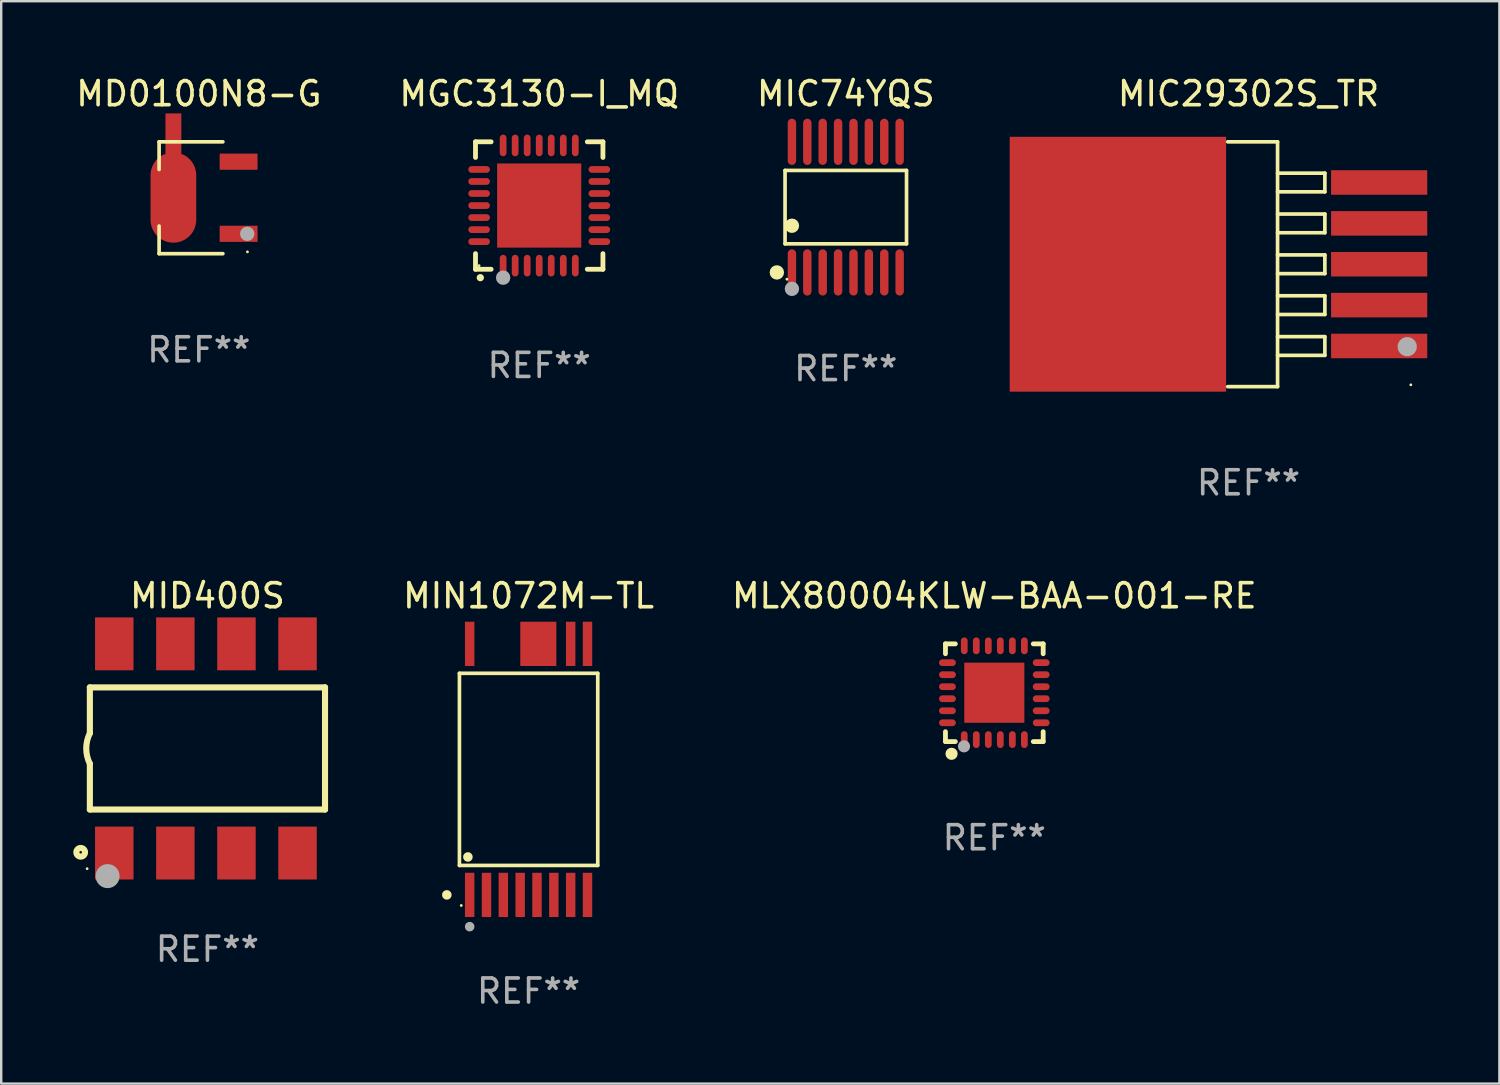
<source format=kicad_pcb>
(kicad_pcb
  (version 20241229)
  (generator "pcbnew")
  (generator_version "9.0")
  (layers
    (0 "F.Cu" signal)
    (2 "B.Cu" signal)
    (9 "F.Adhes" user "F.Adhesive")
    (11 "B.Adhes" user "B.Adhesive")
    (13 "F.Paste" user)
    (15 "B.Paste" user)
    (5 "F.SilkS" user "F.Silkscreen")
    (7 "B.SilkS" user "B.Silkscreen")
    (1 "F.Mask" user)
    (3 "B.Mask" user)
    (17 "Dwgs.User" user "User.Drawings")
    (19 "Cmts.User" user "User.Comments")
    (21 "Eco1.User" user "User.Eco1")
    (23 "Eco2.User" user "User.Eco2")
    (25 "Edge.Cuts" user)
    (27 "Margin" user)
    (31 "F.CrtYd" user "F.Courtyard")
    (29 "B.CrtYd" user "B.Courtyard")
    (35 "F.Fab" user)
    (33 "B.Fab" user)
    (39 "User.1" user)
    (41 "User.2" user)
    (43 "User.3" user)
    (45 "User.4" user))
  (footprint "MGC3130-I_MQ"
    (layer "F.Cu")
    (at 19.375 5.498)
    (property "Reference" "MGC3130-I_MQ" (at 0 -4.65 0) (layer "F.SilkS") (effects (font (size 1 1) (thickness 0.15))))
    (attr through_hole)
    (fp_line (start -2.65 -2.65) (end -2.65 -2) (stroke (width 0.2) (type solid)) (layer "F.SilkS"))
    (fp_line (start -2.65 2.65) (end -2.65 2) (stroke (width 0.2) (type solid)) (layer "F.SilkS"))
    (fp_line (start -2 -2.65) (end -2.65 -2.65) (stroke (width 0.2) (type solid)) (layer "F.SilkS"))
    (fp_line (start -2 2.65) (end -2.65 2.65) (stroke (width 0.2) (type solid)) (layer "F.SilkS"))
    (fp_line (start 2 2.65) (end 2.65 2.65) (stroke (width 0.2) (type solid)) (layer "F.SilkS"))
    (fp_line (start 2.65 -2.65) (end 2 -2.65) (stroke (width 0.2) (type solid)) (layer "F.SilkS"))
    (fp_line (start 2.65 -2) (end 2.65 -2.65) (stroke (width 0.2) (type solid)) (layer "F.SilkS"))
    (fp_line (start 2.65 2.65) (end 2.65 2) (stroke (width 0.2) (type solid)) (layer "F.SilkS"))
    (fp_arc (start -2.451105 2.999746) (mid -2.449835 2.999741) (end -2.448565 2.999746) (stroke (width 0.3) (type solid)) (layer "F.SilkS"))
    (fp_circle (center -2.5 2.5) (end -2.47 2.5) (stroke (width 0.06) (type solid)) (fill no) (layer "F.SilkS"))
    (fp_circle (center -1.5 3) (end -1.35 3) (stroke (width 0.3) (type solid)) (fill no) (layer "F.Fab"))
    (fp_text user "REF**" (at 0 6.65 0) (layer "F.Fab") (effects (font (size 1 1) (thickness 0.15))))
    (pad "1" smd oval (at -1.501 2.5 180) (size 0.28 0.9) (layers "F.Cu" "F.Mask" "F.Paste"))
    (pad "2" smd oval (at -1.001 2.5 180) (size 0.28 0.9) (layers "F.Cu" "F.Mask" "F.Paste"))
    (pad "3" smd oval (at -0.5 2.5 180) (size 0.28 0.9) (layers "F.Cu" "F.Mask" "F.Paste"))
    (pad "4" smd oval (at 0.000076 2.5 180) (size 0.28 0.9) (layers "F.Cu" "F.Mask" "F.Paste"))
    (pad "5" smd oval (at 0.5 2.5 180) (size 0.28 0.9) (layers "F.Cu" "F.Mask" "F.Paste"))
    (pad "6" smd oval (at 1.001 2.5 180) (size 0.28 0.9) (layers "F.Cu" "F.Mask" "F.Paste"))
    (pad "7" smd oval (at 1.501 2.5 180) (size 0.28 0.9) (layers "F.Cu" "F.Mask" "F.Paste"))
    (pad "8" smd oval (at 2.5 1.501 90) (size 0.28 0.9) (layers "F.Cu" "F.Mask" "F.Paste"))
    (pad "9" smd oval (at 2.5 1.001 90) (size 0.28 0.9) (layers "F.Cu" "F.Mask" "F.Paste"))
    (pad "10" smd oval (at 2.5 0.5 90) (size 0.28 0.9) (layers "F.Cu" "F.Mask" "F.Paste"))
    (pad "11" smd oval (at 2.5 0.000076 90) (size 0.28 0.9) (layers "F.Cu" "F.Mask" "F.Paste"))
    (pad "12" smd oval (at 2.5 -0.5 90) (size 0.28 0.9) (layers "F.Cu" "F.Mask" "F.Paste"))
    (pad "13" smd oval (at 2.5 -1.001 90) (size 0.28 0.9) (layers "F.Cu" "F.Mask" "F.Paste"))
    (pad "14" smd oval (at 2.5 -1.501 90) (size 0.28 0.9) (layers "F.Cu" "F.Mask" "F.Paste"))
    (pad "15" smd oval (at 1.501 -2.5 180) (size 0.28 0.9) (layers "F.Cu" "F.Mask" "F.Paste"))
    (pad "16" smd oval (at 1.001 -2.5 180) (size 0.28 0.9) (layers "F.Cu" "F.Mask" "F.Paste"))
    (pad "17" smd oval (at 0.5 -2.5 180) (size 0.28 0.9) (layers "F.Cu" "F.Mask" "F.Paste"))
    (pad "18" smd oval (at 0.000076 -2.5 180) (size 0.28 0.9) (layers "F.Cu" "F.Mask" "F.Paste"))
    (pad "19" smd oval (at -0.5 -2.5 180) (size 0.28 0.9) (layers "F.Cu" "F.Mask" "F.Paste"))
    (pad "20" smd oval (at -1.001 -2.5 180) (size 0.28 0.9) (layers "F.Cu" "F.Mask" "F.Paste"))
    (pad "21" smd oval (at -1.501 -2.5 180) (size 0.28 0.9) (layers "F.Cu" "F.Mask" "F.Paste"))
    (pad "22" smd oval (at -2.5 -1.501 90) (size 0.28 0.9) (layers "F.Cu" "F.Mask" "F.Paste"))
    (pad "23" smd oval (at -2.5 -1.001 90) (size 0.28 0.9) (layers "F.Cu" "F.Mask" "F.Paste"))
    (pad "24" smd oval (at -2.5 -0.5 90) (size 0.28 0.9) (layers "F.Cu" "F.Mask" "F.Paste"))
    (pad "25" smd oval (at -2.5 0.000076 90) (size 0.28 0.9) (layers "F.Cu" "F.Mask" "F.Paste"))
    (pad "26" smd oval (at -2.5 0.5 90) (size 0.28 0.9) (layers "F.Cu" "F.Mask" "F.Paste"))
    (pad "27" smd oval (at -2.5 1.001 90) (size 0.28 0.9) (layers "F.Cu" "F.Mask" "F.Paste"))
    (pad "28" smd oval (at -2.5 1.501 90) (size 0.28 0.9) (layers "F.Cu" "F.Mask" "F.Paste"))
    (pad "29" smd rect (at 0.000076 0.000076 90) (size 3.5 3.5) (layers "F.Cu" "F.Mask" "F.Paste")))
  (footprint "MD0100N8-G"
    (layer "F.Cu")
    (at 5.22 5.174)
    (property "Reference" "MD0100N8-G" (at 0 -4.326 0) (layer "F.SilkS") (effects (font (size 1 1) (thickness 0.15))))
    (attr through_hole)
    (fp_line (start -1.653 -2.326) (end -1.653 -1.177) (stroke (width 0.152) (type solid)) (layer "F.SilkS"))
    (fp_line (start -1.653 2.326) (end -1.653 1.177) (stroke (width 0.152) (type solid)) (layer "F.SilkS"))
    (fp_line (start 0.999 -2.326) (end -1.653 -2.326) (stroke (width 0.152) (type solid)) (layer "F.SilkS"))
    (fp_line (start 0.999 2.326) (end -1.653 2.326) (stroke (width 0.152) (type solid)) (layer "F.SilkS"))
    (fp_circle (center 2.021 2.25) (end 2.051 2.25) (stroke (width 0.06) (type solid)) (fill no) (layer "F.SilkS"))
    (fp_circle (center 2.012 1.5) (end 2.162 1.5) (stroke (width 0.3) (type solid)) (fill no) (layer "F.Fab"))
    (fp_text user "REF**" (at 0 6.326 0) (layer "F.Fab") (effects (font (size 1 1) (thickness 0.15))))
    (pad "1" smd rect (at 1.653 1.5) (size 1.575 0.672) (layers "F.Cu" "F.Mask" "F.Paste"))
    (pad "2" smd custom (at -1.059 -0.009 90) (size 1.9 5.377) (layers "F.Cu" "F.Mask" "F.Paste") (options (anchor circle)) (primitives (gr_poly (pts (xy -0.927 -0.95) (xy 0.927 -0.95) (xy 0.972 -0.949) (xy 1.016 -0.946) (xy 1.06 -0.941) (xy 1.104 -0.933) (xy 1.148 -0.924) (xy 1.191 -0.913) (xy 1.233 -0.899) (xy 1.275 -0.884) (xy 1.316 -0.867) (xy 1.357 -0.848) (xy 1.396 -0.826) (xy 1.434 -0.804) (xy 1.471 -0.779) (xy 1.507 -0.753) (xy 1.542 -0.725) (xy 1.575 -0.695) (xy 1.607 -0.664) (xy 1.637 -0.631) (xy 1.666 -0.597) (xy 1.693 -0.562) (xy 1.719 -0.526) (xy 1.742 -0.488) (xy 1.764 -0.449) (xy 1.785 -0.409) (xy 1.803 -0.33) (xy 3.5 -0.33) (xy 3.5 0.33) (xy 1.803 0.33) (xy 1.785 0.409) (xy 1.764 0.449) (xy 1.742 0.488) (xy 1.719 0.525) (xy 1.693 0.562) (xy 1.666 0.597) (xy 1.637 0.631) (xy 1.607 0.664) (xy 1.575 0.695) (xy 1.542 0.725) (xy 1.507 0.753) (xy 1.471 0.779) (xy 1.434 0.803) (xy 1.396 0.826) (xy 1.357 0.847) (xy 1.316 0.867) (xy 1.275 0.884) (xy 1.233 0.899) (xy 1.191 0.913) (xy 1.148 0.924) (xy 1.104 0.933) (xy 1.06 0.941) (xy 1.016 0.946) (xy 0.972 0.949) (xy 0.927 0.95) (xy -0.927 0.95) (xy -0.972 0.949) (xy -1.016 0.946) (xy -1.06 0.941) (xy -1.104 0.933) (xy -1.148 0.924) (xy -1.191 0.913) (xy -1.233 0.899) (xy -1.275 0.884) (xy -1.316 0.867) (xy -1.356 0.847) (xy -1.396 0.826) (xy -1.434 0.803) (xy -1.471 0.779) (xy -1.507 0.753) (xy -1.541 0.725) (xy -1.575 0.695) (xy -1.607 0.664) (xy -1.637 0.631) (xy -1.666 0.597) (xy -1.693 0.562) (xy -1.718 0.525) (xy -1.742 0.488) (xy -1.764 0.449) (xy -1.784 0.409) (xy -1.803 0.369) (xy -1.819 0.327) (xy -1.833 0.285) (xy -1.846 0.242) (xy -1.856 0.199) (xy -1.864 0.155) (xy -1.87 0.111) (xy -1.875 0.067) (xy -1.877 0.022) (xy -1.877 -0.022) (xy -1.875 -0.067) (xy -1.87 -0.111) (xy -1.864 -0.155) (xy -1.856 -0.199) (xy -1.846 -0.242) (xy -1.833 -0.285) (xy -1.819 -0.327) (xy -1.803 -0.369) (xy -1.784 -0.409) (xy -1.764 -0.449) (xy -1.742 -0.488) (xy -1.718 -0.526) (xy -1.693 -0.562) (xy -1.666 -0.597) (xy -1.637 -0.631) (xy -1.607 -0.664) (xy -1.575 -0.695) (xy -1.541 -0.725) (xy -1.507 -0.753) (xy -1.471 -0.779) (xy -1.434 -0.804) (xy -1.396 -0.826) (xy -1.356 -0.848) (xy -1.316 -0.867) (xy -1.275 -0.884) (xy -1.233 -0.899) (xy -1.191 -0.913) (xy -1.148 -0.924) (xy -1.104 -0.933) (xy -1.06 -0.941) (xy -1.016 -0.946) (xy -0.972 -0.949) (xy -0.927 -0.95)) (width 0) (fill yes))))
    (pad "3" smd rect (at 1.653 -1.5) (size 1.575 0.672) (layers "F.Cu" "F.Mask" "F.Paste")))
  (footprint "MIN1072M-TL"
    (layer "F.Cu")
    (at 18.933 28.947)
    (property "Reference" "MIN1072M-TL" (at 0 -7.22 0) (layer "F.SilkS") (effects (font (size 1 1) (thickness 0.15))))
    (attr through_hole)
    (fp_line (start -2.876 -3.995) (end 2.876 -3.995) (stroke (width 0.152) (type solid)) (layer "F.SilkS"))
    (fp_line (start -2.876 3.995) (end -2.876 -3.995) (stroke (width 0.152) (type solid)) (layer "F.SilkS"))
    (fp_line (start 2.876 -3.995) (end 2.876 3.995) (stroke (width 0.152) (type solid)) (layer "F.SilkS"))
    (fp_line (start 2.876 3.995) (end -2.876 3.995) (stroke (width 0.152) (type solid)) (layer "F.SilkS"))
    (fp_circle (center -3.4 5.22) (end -3.3 5.22) (stroke (width 0.2) (type solid)) (fill no) (layer "F.SilkS"))
    (fp_circle (center -2.8 5.66) (end -2.77 5.66) (stroke (width 0.06) (type solid)) (fill no) (layer "F.SilkS"))
    (fp_circle (center -2.524 3.643) (end -2.424 3.643) (stroke (width 0.2) (type solid)) (fill no) (layer "F.SilkS"))
    (fp_circle (center -2.45 6.541) (end -2.35 6.541) (stroke (width 0.2) (type solid)) (fill no) (layer "F.Fab"))
    (fp_text user "REF**" (at 0 9.22 0) (layer "F.Fab") (effects (font (size 1 1) (thickness 0.15))))
    (pad "1" smd rect (at -2.45 5.22) (size 0.392 1.84) (layers "F.Cu" "F.Mask" "F.Paste"))
    (pad "2" smd rect (at -1.75 5.22) (size 0.392 1.84) (layers "F.Cu" "F.Mask" "F.Paste"))
    (pad "3" smd rect (at -1.05 5.22) (size 0.392 1.84) (layers "F.Cu" "F.Mask" "F.Paste"))
    (pad "4" smd rect (at -0.35 5.22) (size 0.392 1.84) (layers "F.Cu" "F.Mask" "F.Paste"))
    (pad "5" smd rect (at 0.35 5.22) (size 0.392 1.84) (layers "F.Cu" "F.Mask" "F.Paste"))
    (pad "6" smd rect (at 1.05 5.22) (size 0.392 1.84) (layers "F.Cu" "F.Mask" "F.Paste"))
    (pad "7" smd rect (at 1.75 5.22) (size 0.392 1.84) (layers "F.Cu" "F.Mask" "F.Paste"))
    (pad "8" smd rect (at 2.45 5.22) (size 0.392 1.84) (layers "F.Cu" "F.Mask" "F.Paste"))
    (pad "9" smd rect (at 2.45 -5.22) (size 0.392 1.84) (layers "F.Cu" "F.Mask" "F.Paste"))
    (pad "10" smd rect (at 1.75 -5.22) (size 0.392 1.84) (layers "F.Cu" "F.Mask" "F.Paste"))
    (pad "11" smd rect (at 0.404 -5.22) (size 1.5 1.84) (layers "F.Cu" "F.Mask" "F.Paste"))
    (pad "16" smd rect (at -2.45 -5.22) (size 0.392 1.84) (layers "F.Cu" "F.Mask" "F.Paste")))
  (footprint "MIC29302S_TR"
    (layer "F.Cu")
    (at 48.874 7.939)
    (property "Reference" "MIC29302S_TR" (at 0 -7.091 0) (layer "F.SilkS") (effects (font (size 1 1) (thickness 0.15))))
    (attr through_hole)
    (fp_line (start -0.866 -5.091) (end 1.208 -5.091) (stroke (width 0.152) (type solid)) (layer "F.SilkS"))
    (fp_line (start -0.866 5.091) (end 1.208 5.091) (stroke (width 0.152) (type solid)) (layer "F.SilkS"))
    (fp_line (start 1.208 -3.788) (end 3.175 -3.788) (stroke (width 0.152) (type solid)) (layer "F.SilkS"))
    (fp_line (start 1.208 -2.088) (end 3.175 -2.088) (stroke (width 0.152) (type solid)) (layer "F.SilkS"))
    (fp_line (start 1.208 -0.388) (end 3.175 -0.388) (stroke (width 0.152) (type solid)) (layer "F.SilkS"))
    (fp_line (start 1.208 1.312) (end 3.175 1.312) (stroke (width 0.152) (type solid)) (layer "F.SilkS"))
    (fp_line (start 1.208 3.012) (end 3.175 3.012) (stroke (width 0.152) (type solid)) (layer "F.SilkS"))
    (fp_line (start 1.208 5.091) (end 1.208 -5.091) (stroke (width 0.152) (type solid)) (layer "F.SilkS"))
    (fp_line (start 3.175 -3.788) (end 3.175 -3.01) (stroke (width 0.152) (type solid)) (layer "F.SilkS"))
    (fp_line (start 3.175 -3.01) (end 1.208 -3.01) (stroke (width 0.152) (type solid)) (layer "F.SilkS"))
    (fp_line (start 3.175 -2.088) (end 3.175 -1.31) (stroke (width 0.152) (type solid)) (layer "F.SilkS"))
    (fp_line (start 3.175 -1.31) (end 1.208 -1.31) (stroke (width 0.152) (type solid)) (layer "F.SilkS"))
    (fp_line (start 3.175 -0.388) (end 3.175 0.39) (stroke (width 0.152) (type solid)) (layer "F.SilkS"))
    (fp_line (start 3.175 0.39) (end 1.208 0.39) (stroke (width 0.152) (type solid)) (layer "F.SilkS"))
    (fp_line (start 3.175 1.312) (end 3.175 2.09) (stroke (width 0.152) (type solid)) (layer "F.SilkS"))
    (fp_line (start 3.175 2.09) (end 1.208 2.09) (stroke (width 0.152) (type solid)) (layer "F.SilkS"))
    (fp_line (start 3.175 3.012) (end 3.175 3.79) (stroke (width 0.152) (type solid)) (layer "F.SilkS"))
    (fp_line (start 3.175 3.79) (end 1.208 3.79) (stroke (width 0.152) (type solid)) (layer "F.SilkS"))
    (fp_circle (center 6.75 5.015) (end 6.78 5.015) (stroke (width 0.06) (type solid)) (fill no) (layer "F.SilkS"))
    (fp_circle (center 6.6 3.429) (end 6.8 3.429) (stroke (width 0.4) (type solid)) (fill no) (layer "F.Fab"))
    (fp_text user "REF**" (at 0 9.091 0) (layer "F.Fab") (effects (font (size 1 1) (thickness 0.15))))
    (pad "1" smd rect (at 5.433 3.4) (size 4 1.02) (layers "F.Cu" "F.Mask" "F.Paste"))
    (pad "2" smd rect (at 5.433 1.7) (size 4 1.02) (layers "F.Cu" "F.Mask" "F.Paste"))
    (pad "3" smd rect (at 5.433 0) (size 4 1.02) (layers "F.Cu" "F.Mask" "F.Paste"))
    (pad "4" smd rect (at 5.433 -1.7) (size 4 1.02) (layers "F.Cu" "F.Mask" "F.Paste"))
    (pad "5" smd rect (at 5.433 -3.4) (size 4 1.02) (layers "F.Cu" "F.Mask" "F.Paste"))
    (pad "6" smd rect (at -5.433 0) (size 9 10.6) (layers "F.Cu" "F.Mask" "F.Paste")))
  (footprint "MIC74YQS"
    (layer "F.Cu")
    (at 32.125 5.564)
    (property "Reference" "MIC74YQS" (at 0 -4.716 0) (layer "F.SilkS") (effects (font (size 1 1) (thickness 0.15))))
    (attr through_hole)
    (fp_line (start -2.526 -1.526) (end 2.526 -1.526) (stroke (width 0.152) (type solid)) (layer "F.SilkS"))
    (fp_line (start -2.526 1.526) (end -2.526 -1.526) (stroke (width 0.152) (type solid)) (layer "F.SilkS"))
    (fp_line (start 2.526 -1.526) (end 2.526 1.526) (stroke (width 0.152) (type solid)) (layer "F.SilkS"))
    (fp_line (start 2.526 1.526) (end -2.526 1.526) (stroke (width 0.152) (type solid)) (layer "F.SilkS"))
    (fp_circle (center -2.867 2.716) (end -2.717 2.716) (stroke (width 0.3) (type solid)) (fill no) (layer "F.SilkS"))
    (fp_circle (center -2.45 2.997) (end -2.42 2.997) (stroke (width 0.06) (type solid)) (fill no) (layer "F.SilkS"))
    (fp_circle (center -2.24 0.774) (end -2.09 0.774) (stroke (width 0.3) (type solid)) (fill no) (layer "F.SilkS"))
    (fp_circle (center -2.24 3.398) (end -2.09 3.398) (stroke (width 0.3) (type solid)) (fill no) (layer "F.Fab"))
    (fp_text user "REF**" (at 0 6.716 0) (layer "F.Fab") (effects (font (size 1 1) (thickness 0.15))))
    (pad "1" smd oval (at -2.24 2.716) (size 0.35 1.922) (layers "F.Cu" "F.Mask" "F.Paste"))
    (pad "2" smd oval (at -1.6 2.716) (size 0.35 1.922) (layers "F.Cu" "F.Mask" "F.Paste"))
    (pad "3" smd oval (at -0.96 2.716) (size 0.35 1.922) (layers "F.Cu" "F.Mask" "F.Paste"))
    (pad "4" smd oval (at -0.32 2.716) (size 0.35 1.922) (layers "F.Cu" "F.Mask" "F.Paste"))
    (pad "5" smd oval (at 0.32 2.716) (size 0.35 1.922) (layers "F.Cu" "F.Mask" "F.Paste"))
    (pad "6" smd oval (at 0.96 2.716) (size 0.35 1.922) (layers "F.Cu" "F.Mask" "F.Paste"))
    (pad "7" smd oval (at 1.6 2.716) (size 0.35 1.922) (layers "F.Cu" "F.Mask" "F.Paste"))
    (pad "8" smd oval (at 2.24 2.716) (size 0.35 1.922) (layers "F.Cu" "F.Mask" "F.Paste"))
    (pad "9" smd oval (at 2.24 -2.716) (size 0.35 1.922) (layers "F.Cu" "F.Mask" "F.Paste"))
    (pad "10" smd oval (at 1.6 -2.716) (size 0.35 1.922) (layers "F.Cu" "F.Mask" "F.Paste"))
    (pad "11" smd oval (at 0.96 -2.716) (size 0.35 1.922) (layers "F.Cu" "F.Mask" "F.Paste"))
    (pad "12" smd oval (at 0.32 -2.716) (size 0.35 1.922) (layers "F.Cu" "F.Mask" "F.Paste"))
    (pad "13" smd oval (at -0.32 -2.716) (size 0.35 1.922) (layers "F.Cu" "F.Mask" "F.Paste"))
    (pad "14" smd oval (at -0.96 -2.716) (size 0.35 1.922) (layers "F.Cu" "F.Mask" "F.Paste"))
    (pad "15" smd oval (at -1.6 -2.716) (size 0.35 1.922) (layers "F.Cu" "F.Mask" "F.Paste"))
    (pad "16" smd oval (at -2.24 -2.716) (size 0.35 1.922) (layers "F.Cu" "F.Mask" "F.Paste")))
  (footprint "MLX80004KLW-BAA-001-RE"
    (layer "F.Cu")
    (at 38.302 25.759)
    (property "Reference" "MLX80004KLW-BAA-001-RE" (at 0 -4.032 0) (layer "F.SilkS") (effects (font (size 1 1) (thickness 0.15))))
    (attr through_hole)
    (fp_line (start -2.032 -2.032) (end -1.621 -2.032) (stroke (width 0.2) (type solid)) (layer "F.SilkS"))
    (fp_line (start -2.032 -1.621) (end -2.032 -2.032) (stroke (width 0.2) (type solid)) (layer "F.SilkS"))
    (fp_line (start -2.032 2.032) (end -2.032 1.621) (stroke (width 0.2) (type solid)) (layer "F.SilkS"))
    (fp_line (start -1.621 2.032) (end -2.032 2.032) (stroke (width 0.2) (type solid)) (layer "F.SilkS"))
    (fp_line (start 1.621 -2.032) (end 2.032 -2.032) (stroke (width 0.2) (type solid)) (layer "F.SilkS"))
    (fp_line (start 2.032 -2.032) (end 2.032 -1.621) (stroke (width 0.2) (type solid)) (layer "F.SilkS"))
    (fp_line (start 2.032 1.621) (end 2.032 2.032) (stroke (width 0.2) (type solid)) (layer "F.SilkS"))
    (fp_line (start 2.032 2.032) (end 1.621 2.032) (stroke (width 0.2) (type solid)) (layer "F.SilkS"))
    (fp_circle (center -2 2) (end -1.97 2) (stroke (width 0.06) (type solid)) (fill no) (layer "F.SilkS"))
    (fp_circle (center -1.778 2.54) (end -1.651 2.54) (stroke (width 0.254) (type solid)) (fill no) (layer "F.SilkS"))
    (fp_circle (center -1.26 2.23) (end -1.133 2.23) (stroke (width 0.254) (type solid)) (fill no) (layer "F.Fab"))
    (fp_text user "REF**" (at 0 6.032 0) (layer "F.Fab") (effects (font (size 1 1) (thickness 0.15))))
    (pad "1" smd oval (at -1.25 1.95 180) (size 0.28 0.7) (layers "F.Cu" "F.Mask" "F.Paste"))
    (pad "2" smd oval (at -0.75 1.95 180) (size 0.28 0.7) (layers "F.Cu" "F.Mask" "F.Paste"))
    (pad "3" smd oval (at -0.25 1.95 180) (size 0.28 0.7) (layers "F.Cu" "F.Mask" "F.Paste"))
    (pad "4" smd oval (at 0.25 1.95 180) (size 0.28 0.7) (layers "F.Cu" "F.Mask" "F.Paste"))
    (pad "5" smd oval (at 0.75 1.95 180) (size 0.28 0.7) (layers "F.Cu" "F.Mask" "F.Paste"))
    (pad "6" smd oval (at 1.25 1.95 180) (size 0.28 0.7) (layers "F.Cu" "F.Mask" "F.Paste"))
    (pad "7" smd oval (at 1.95 1.25 270) (size 0.28 0.7) (layers "F.Cu" "F.Mask" "F.Paste"))
    (pad "8" smd oval (at 1.95 0.75 270) (size 0.28 0.7) (layers "F.Cu" "F.Mask" "F.Paste"))
    (pad "9" smd oval (at 1.95 0.25 270) (size 0.28 0.7) (layers "F.Cu" "F.Mask" "F.Paste"))
    (pad "10" smd oval (at 1.95 -0.25 270) (size 0.28 0.7) (layers "F.Cu" "F.Mask" "F.Paste"))
    (pad "11" smd oval (at 1.95 -0.75 270) (size 0.28 0.7) (layers "F.Cu" "F.Mask" "F.Paste"))
    (pad "12" smd oval (at 1.95 -1.25 270) (size 0.28 0.7) (layers "F.Cu" "F.Mask" "F.Paste"))
    (pad "13" smd oval (at 1.25 -1.95) (size 0.28 0.7) (layers "F.Cu" "F.Mask" "F.Paste"))
    (pad "14" smd oval (at 0.75 -1.95) (size 0.28 0.7) (layers "F.Cu" "F.Mask" "F.Paste"))
    (pad "15" smd oval (at 0.25 -1.95) (size 0.28 0.7) (layers "F.Cu" "F.Mask" "F.Paste"))
    (pad "16" smd oval (at -0.25 -1.95) (size 0.28 0.7) (layers "F.Cu" "F.Mask" "F.Paste"))
    (pad "17" smd oval (at -0.75 -1.95) (size 0.28 0.7) (layers "F.Cu" "F.Mask" "F.Paste"))
    (pad "18" smd oval (at -1.25 -1.95) (size 0.28 0.7) (layers "F.Cu" "F.Mask" "F.Paste"))
    (pad "19" smd oval (at -1.95 -1.25 90) (size 0.28 0.7) (layers "F.Cu" "F.Mask" "F.Paste"))
    (pad "20" smd oval (at -1.95 -0.75 90) (size 0.28 0.7) (layers "F.Cu" "F.Mask" "F.Paste"))
    (pad "21" smd oval (at -1.95 -0.25 90) (size 0.28 0.7) (layers "F.Cu" "F.Mask" "F.Paste"))
    (pad "22" smd oval (at -1.95 0.25 90) (size 0.28 0.7) (layers "F.Cu" "F.Mask" "F.Paste"))
    (pad "23" smd oval (at -1.95 0.75 90) (size 0.28 0.7) (layers "F.Cu" "F.Mask" "F.Paste"))
    (pad "24" smd oval (at -1.95 1.25 90) (size 0.28 0.7) (layers "F.Cu" "F.Mask" "F.Paste"))
    (pad "25" smd rect (at -0.000178 0.000025 90) (size 2.5 2.5) (layers "F.Cu" "F.Mask" "F.Paste")))
  (footprint "MID400S"
    (layer "F.Cu")
    (at 5.577 28.077)
    (property "Reference" "MID400S" (at 0 -6.35 0) (layer "F.SilkS") (effects (font (size 1 1) (thickness 0.15))))
    (attr through_hole)
    (fp_line (start -4.89 -2.54) (end 4.89 -2.54) (stroke (width 0.254) (type solid)) (layer "F.SilkS"))
    (fp_line (start -4.89 -0.635) (end -4.89 -2.54) (stroke (width 0.254) (type solid)) (layer "F.SilkS"))
    (fp_line (start -4.89 2.54) (end -4.89 0.635) (stroke (width 0.254) (type solid)) (layer "F.SilkS"))
    (fp_line (start 4.89 -2.54) (end 4.89 2.54) (stroke (width 0.254) (type solid)) (layer "F.SilkS"))
    (fp_line (start 4.89 2.54) (end -4.89 2.54) (stroke (width 0.254) (type solid)) (layer "F.SilkS"))
    (fp_arc (start -4.890119 0.635129) (mid -5.039815 0.000056) (end -4.88951 -0.634874) (stroke (width 0.254001) (type solid)) (layer "F.SilkS"))
    (fp_circle (center -5.271 4.318) (end -5.091 4.318) (stroke (width 0.254) (type solid)) (fill no) (layer "F.SilkS"))
    (fp_circle (center -5.004 5) (end -4.974 5) (stroke (width 0.06) (type solid)) (fill no) (layer "F.SilkS"))
    (fp_circle (center -4.153 5.309) (end -3.903 5.309) (stroke (width 0.5) (type solid)) (fill no) (layer "F.Fab"))
    (fp_text user "REF**" (at 0 8.35 0) (layer "F.Fab") (effects (font (size 1 1) (thickness 0.15))))
    (pad "1" smd rect (at -3.874 4.35) (size 1.6 2.2) (layers "F.Cu" "F.Mask" "F.Paste"))
    (pad "2" smd rect (at -1.334 4.35) (size 1.6 2.2) (layers "F.Cu" "F.Mask" "F.Paste"))
    (pad "3" smd rect (at 1.207 4.35) (size 1.6 2.2) (layers "F.Cu" "F.Mask" "F.Paste"))
    (pad "4" smd rect (at 3.747 4.35) (size 1.6 2.2) (layers "F.Cu" "F.Mask" "F.Paste"))
    (pad "5" smd rect (at 3.747 -4.35) (size 1.6 2.2) (layers "F.Cu" "F.Mask" "F.Paste"))
    (pad "6" smd rect (at 1.207 -4.35) (size 1.6 2.2) (layers "F.Cu" "F.Mask" "F.Paste"))
    (pad "7" smd rect (at -1.334 -4.35) (size 1.6 2.2) (layers "F.Cu" "F.Mask" "F.Paste"))
    (pad "8" smd rect (at -3.874 -4.35) (size 1.6 2.2) (layers "F.Cu" "F.Mask" "F.Paste")))
  (gr_rect
    (start -3 -3)
    (end 59.307 42.015)
    (stroke (width 0.1) (type default))
    (fill no)
    (layer "Edge.Cuts")))
</source>
